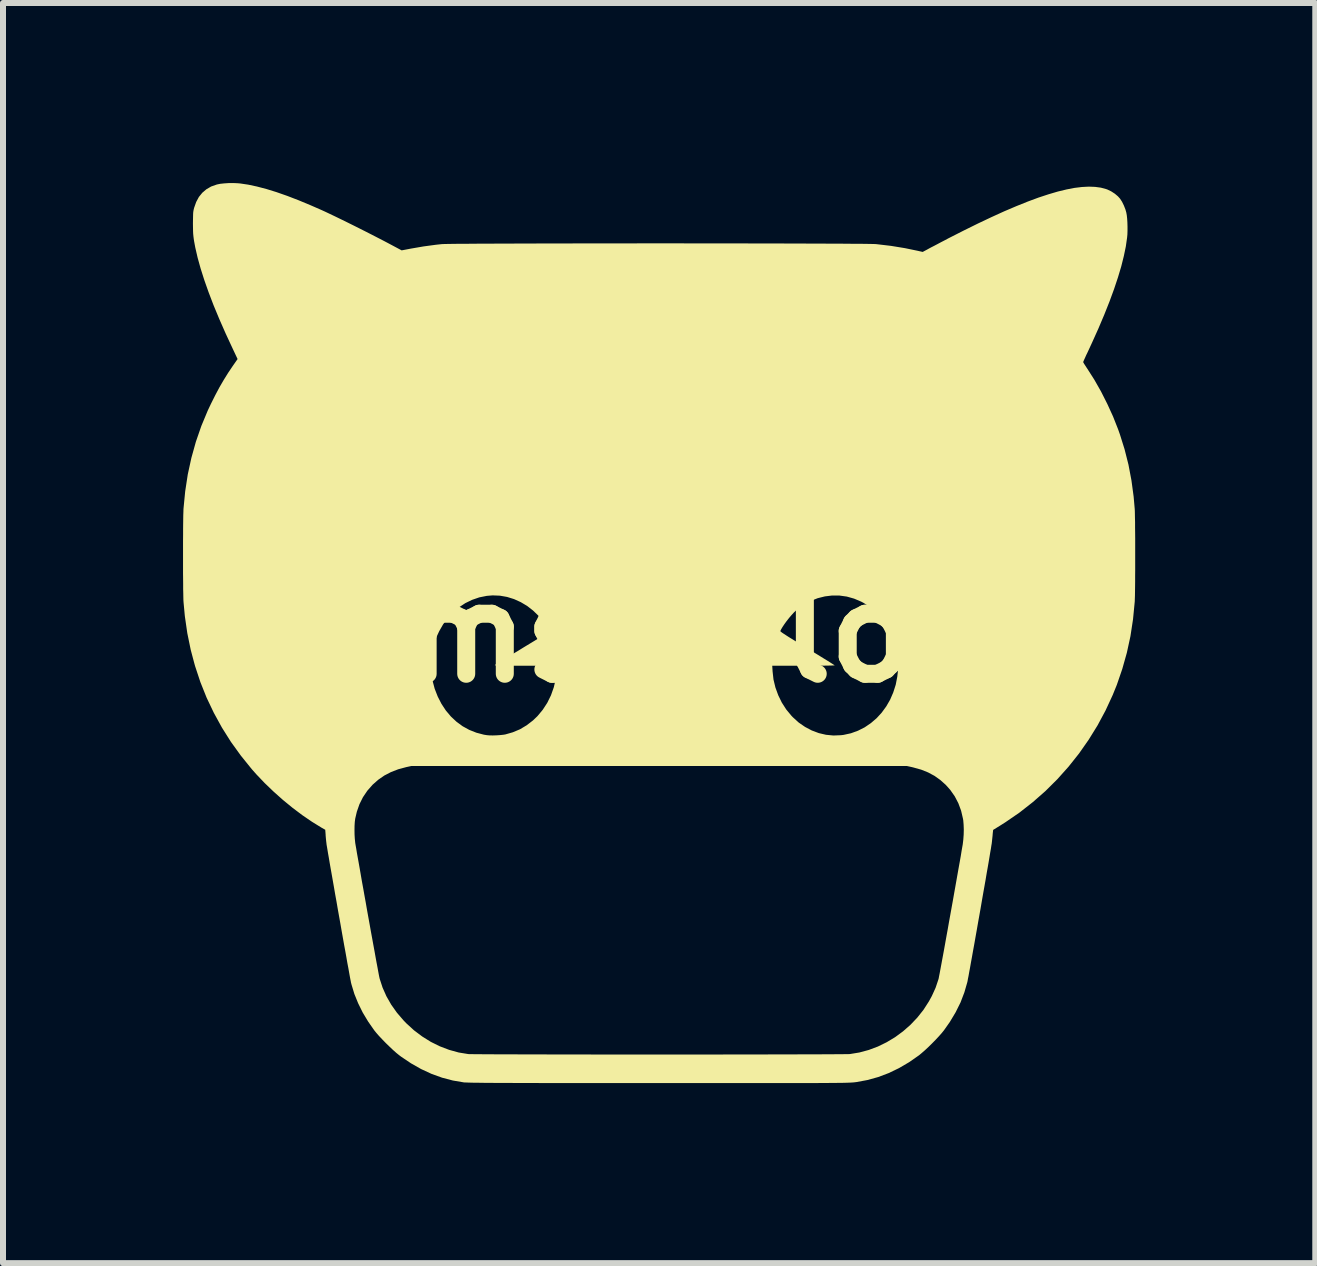
<source format=kicad_pcb>
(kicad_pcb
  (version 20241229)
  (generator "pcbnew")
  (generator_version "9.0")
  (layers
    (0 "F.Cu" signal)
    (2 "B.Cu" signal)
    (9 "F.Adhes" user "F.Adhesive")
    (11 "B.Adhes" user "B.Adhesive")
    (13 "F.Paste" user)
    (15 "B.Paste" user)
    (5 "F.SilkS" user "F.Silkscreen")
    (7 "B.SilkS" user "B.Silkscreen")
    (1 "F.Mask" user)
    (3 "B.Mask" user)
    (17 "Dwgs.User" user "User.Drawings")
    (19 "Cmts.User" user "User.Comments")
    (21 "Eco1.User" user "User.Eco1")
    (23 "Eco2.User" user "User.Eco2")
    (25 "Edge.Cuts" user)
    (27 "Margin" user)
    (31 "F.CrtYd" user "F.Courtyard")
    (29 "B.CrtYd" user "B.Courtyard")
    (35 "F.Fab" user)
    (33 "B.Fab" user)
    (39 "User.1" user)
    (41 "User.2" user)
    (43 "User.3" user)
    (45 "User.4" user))
  (footprint "ahmsx-logo"
    (layer "F.Cu")
    (at 7.933 7.499)
    (property "Reference" "ahmsx-logo" (at 0 0 0) (layer "F.SilkS") (effects (font (size 1.5 1.5) (thickness 0.3))))
    (attr board_only exclude_from_pos_files exclude_from_bom)
    (fp_poly (pts (xy -7.03 -7.496) (xy -6.981 -7.492) (xy -6.847 -7.472) (xy -6.702 -7.441) (xy -6.545 -7.4) (xy -6.377 -7.348) (xy -6.197 -7.285) (xy -6.005 -7.211) (xy -5.801 -7.126) (xy -5.634 -7.053) (xy -5.57 -7.024) (xy -5.494 -6.988) (xy -5.406 -6.946) (xy -5.311 -6.9) (xy -5.209 -6.85) (xy -5.104 -6.798) (xy -4.996 -6.744) (xy -4.889 -6.69) (xy -4.785 -6.637) (xy -4.686 -6.586) (xy -4.593 -6.538) (xy -4.515 -6.497) (xy -4.29 -6.377) (xy -4.133 -6.407) (xy -3.924 -6.443) (xy -3.716 -6.471) (xy -3.622 -6.481) (xy -3.604 -6.482) (xy -3.569 -6.483) (xy -3.518 -6.484) (xy -3.453 -6.485) (xy -3.373 -6.486) (xy -3.28 -6.487) (xy -3.173 -6.487) (xy -3.055 -6.488) (xy -2.926 -6.489) (xy -2.785 -6.489) (xy -2.635 -6.49) (xy -2.475 -6.49) (xy -2.307 -6.491) (xy -2.131 -6.491) (xy -1.947 -6.492) (xy -1.757 -6.492) (xy -1.561 -6.492) (xy -1.36 -6.493) (xy -1.155 -6.493) (xy -0.946 -6.493) (xy -0.733 -6.493) (xy -0.519 -6.493) (xy -0.303 -6.494) (xy -0.085 -6.494) (xy 0.132 -6.494) (xy 0.349 -6.494) (xy 0.565 -6.493) (xy 0.779 -6.493) (xy 0.991 -6.493) (xy 1.199 -6.493) (xy 1.404 -6.493) (xy 1.604 -6.492) (xy 1.798 -6.492) (xy 1.987 -6.492) (xy 2.169 -6.491) (xy 2.343 -6.491) (xy 2.509 -6.49) (xy 2.667 -6.49) (xy 2.815 -6.489) (xy 2.953 -6.489) (xy 3.08 -6.488) (xy 3.195 -6.487) (xy 3.298 -6.486) (xy 3.388 -6.486) (xy 3.465 -6.485) (xy 3.527 -6.484) (xy 3.574 -6.483) (xy 3.605 -6.482) (xy 3.618 -6.481) (xy 3.864 -6.452) (xy 4.096 -6.414) (xy 4.299 -6.372) (xy 4.392 -6.351) (xy 4.469 -6.392) (xy 4.494 -6.406) (xy 4.533 -6.427) (xy 4.582 -6.452) (xy 4.639 -6.482) (xy 4.701 -6.515) (xy 4.767 -6.549) (xy 4.821 -6.578) (xy 5.073 -6.706) (xy 5.312 -6.824) (xy 5.538 -6.931) (xy 5.751 -7.028) (xy 5.953 -7.114) (xy 6.142 -7.19) (xy 6.32 -7.256) (xy 6.487 -7.311) (xy 6.643 -7.357) (xy 6.788 -7.392) (xy 6.922 -7.418) (xy 7.046 -7.433) (xy 7.161 -7.439) (xy 7.265 -7.435) (xy 7.361 -7.422) (xy 7.447 -7.399) (xy 7.472 -7.39) (xy 7.534 -7.36) (xy 7.594 -7.321) (xy 7.646 -7.277) (xy 7.681 -7.238) (xy 7.714 -7.187) (xy 7.744 -7.126) (xy 7.77 -7.06) (xy 7.785 -7.007) (xy 7.793 -6.963) (xy 7.799 -6.907) (xy 7.803 -6.842) (xy 7.805 -6.773) (xy 7.805 -6.705) (xy 7.803 -6.641) (xy 7.798 -6.589) (xy 7.777 -6.442) (xy 7.744 -6.283) (xy 7.701 -6.111) (xy 7.646 -5.927) (xy 7.581 -5.732) (xy 7.505 -5.525) (xy 7.418 -5.306) (xy 7.321 -5.077) (xy 7.213 -4.837) (xy 7.14 -4.679) (xy 7.117 -4.632) (xy 7.098 -4.589) (xy 7.082 -4.554) (xy 7.071 -4.529) (xy 7.067 -4.517) (xy 7.066 -4.516) (xy 7.071 -4.506) (xy 7.083 -4.485) (xy 7.102 -4.456) (xy 7.125 -4.42) (xy 7.134 -4.407) (xy 7.252 -4.222) (xy 7.364 -4.025) (xy 7.468 -3.819) (xy 7.564 -3.609) (xy 7.647 -3.399) (xy 7.678 -3.312) (xy 7.756 -3.063) (xy 7.821 -2.806) (xy 7.871 -2.542) (xy 7.907 -2.275) (xy 7.925 -2.071) (xy 7.927 -2.037) (xy 7.928 -1.988) (xy 7.929 -1.925) (xy 7.931 -1.851) (xy 7.931 -1.767) (xy 7.932 -1.675) (xy 7.933 -1.576) (xy 7.933 -1.473) (xy 7.933 -1.367) (xy 7.933 -1.26) (xy 7.933 -1.153) (xy 7.933 -1.049) (xy 7.932 -0.948) (xy 7.932 -0.854) (xy 7.931 -0.767) (xy 7.93 -0.689) (xy 7.929 -0.623) (xy 7.927 -0.569) (xy 7.926 -0.53) (xy 7.925 -0.519) (xy 7.897 -0.23) (xy 7.854 0.052) (xy 7.794 0.328) (xy 7.718 0.598) (xy 7.627 0.863) (xy 7.558 1.033) (xy 7.439 1.29) (xy 7.306 1.538) (xy 7.158 1.777) (xy 6.997 2.007) (xy 6.823 2.226) (xy 6.636 2.435) (xy 6.437 2.633) (xy 6.226 2.818) (xy 6.004 2.992) (xy 5.771 3.152) (xy 5.686 3.206) (xy 5.566 3.28) (xy 5.559 3.343) (xy 5.556 3.381) (xy 5.551 3.427) (xy 5.546 3.475) (xy 5.544 3.491) (xy 5.542 3.509) (xy 5.536 3.543) (xy 5.529 3.591) (xy 5.518 3.653) (xy 5.506 3.726) (xy 5.492 3.81) (xy 5.476 3.903) (xy 5.458 4.004) (xy 5.44 4.112) (xy 5.42 4.225) (xy 5.399 4.343) (xy 5.378 4.464) (xy 5.357 4.587) (xy 5.335 4.711) (xy 5.313 4.834) (xy 5.292 4.955) (xy 5.271 5.073) (xy 5.251 5.187) (xy 5.231 5.296) (xy 5.213 5.398) (xy 5.196 5.491) (xy 5.181 5.576) (xy 5.167 5.65) (xy 5.156 5.713) (xy 5.146 5.762) (xy 5.14 5.797) (xy 5.136 5.816) (xy 5.087 5.986) (xy 5.023 6.154) (xy 4.941 6.319) (xy 4.844 6.481) (xy 4.746 6.62) (xy 4.709 6.666) (xy 4.661 6.72) (xy 4.606 6.779) (xy 4.547 6.839) (xy 4.487 6.898) (xy 4.429 6.952) (xy 4.375 6.999) (xy 4.333 7.034) (xy 4.167 7.15) (xy 3.998 7.249) (xy 3.826 7.332) (xy 3.651 7.398) (xy 3.471 7.448) (xy 3.287 7.482) (xy 3.244 7.487) (xy 3.232 7.488) (xy 3.218 7.489) (xy 3.201 7.49) (xy 3.18 7.491) (xy 3.155 7.492) (xy 3.125 7.493) (xy 3.09 7.494) (xy 3.049 7.495) (xy 3.002 7.495) (xy 2.947 7.496) (xy 2.886 7.496) (xy 2.817 7.497) (xy 2.739 7.497) (xy 2.652 7.498) (xy 2.556 7.498) (xy 2.45 7.498) (xy 2.334 7.499) (xy 2.207 7.499) (xy 2.068 7.499) (xy 1.917 7.499) (xy 1.754 7.499) (xy 1.578 7.499) (xy 1.388 7.499) (xy 1.185 7.499) (xy 0.967 7.499) (xy 0.733 7.499) (xy 0.485 7.499) (xy 0.22 7.499) (xy -0.013 7.499) (xy -0.295 7.499) (xy -0.561 7.499) (xy -0.811 7.499) (xy -1.046 7.499) (xy -1.265 7.499) (xy -1.47 7.498) (xy -1.661 7.498) (xy -1.838 7.498) (xy -2.002 7.498) (xy -2.153 7.497) (xy -2.292 7.497) (xy -2.42 7.497) (xy -2.536 7.496) (xy -2.641 7.496) (xy -2.737 7.496) (xy -2.822 7.495) (xy -2.898 7.495) (xy -2.966 7.494) (xy -3.025 7.493) (xy -3.076 7.493) (xy -3.12 7.492) (xy -3.157 7.491) (xy -3.188 7.49) (xy -3.213 7.489) (xy -3.232 7.489) (xy -3.246 7.488) (xy -3.255 7.487) (xy -3.437 7.456) (xy -3.616 7.409) (xy -3.793 7.345) (xy -3.966 7.265) (xy -4.135 7.169) (xy -4.3 7.058) (xy -4.333 7.033) (xy -4.38 6.995) (xy -4.434 6.947) (xy -4.493 6.891) (xy -4.554 6.832) (xy -4.613 6.771) (xy -4.668 6.713) (xy -4.715 6.659) (xy -4.748 6.618) (xy -4.849 6.473) (xy -4.939 6.323) (xy -5.015 6.169) (xy -5.078 6.014) (xy -5.125 5.859) (xy -5.135 5.821) (xy -5.138 5.802) (xy -5.145 5.768) (xy -5.154 5.72) (xy -5.165 5.659) (xy -5.178 5.585) (xy -5.194 5.502) (xy -5.21 5.409) (xy -5.228 5.308) (xy -5.248 5.2) (xy -5.268 5.087) (xy -5.289 4.969) (xy -5.31 4.848) (xy -5.332 4.725) (xy -5.354 4.602) (xy -5.375 4.479) (xy -5.397 4.358) (xy -5.417 4.241) (xy -5.437 4.127) (xy -5.456 4.019) (xy -5.474 3.918) (xy -5.49 3.826) (xy -5.504 3.742) (xy -5.517 3.669) (xy -5.527 3.608) (xy -5.535 3.56) (xy -5.541 3.526) (xy -5.543 3.508) (xy -5.548 3.466) (xy -5.553 3.417) (xy -5.557 3.369) (xy -5.557 3.359) (xy -5.563 3.283) (xy -5.076 3.283) (xy -5.075 3.356) (xy -5.071 3.425) (xy -5.065 3.484) (xy -5.064 3.495) (xy -5.057 3.537) (xy -5.047 3.593) (xy -5.036 3.661) (xy -5.022 3.739) (xy -5.006 3.828) (xy -4.989 3.924) (xy -4.971 4.028) (xy -4.952 4.139) (xy -4.931 4.253) (xy -4.91 4.372) (xy -4.888 4.493) (xy -4.867 4.615) (xy -4.845 4.737) (xy -4.823 4.858) (xy -4.802 4.976) (xy -4.781 5.09) (xy -4.761 5.2) (xy -4.742 5.303) (xy -4.725 5.399) (xy -4.709 5.487) (xy -4.694 5.565) (xy -4.682 5.631) (xy -4.672 5.685) (xy -4.664 5.726) (xy -4.658 5.753) (xy -4.656 5.761) (xy -4.608 5.908) (xy -4.544 6.052) (xy -4.464 6.192) (xy -4.369 6.326) (xy -4.259 6.454) (xy -4.214 6.501) (xy -4.085 6.619) (xy -3.948 6.722) (xy -3.804 6.812) (xy -3.654 6.886) (xy -3.499 6.945) (xy -3.34 6.989) (xy -3.182 7.015) (xy -3.168 7.016) (xy -3.137 7.016) (xy -3.091 7.017) (xy -3.03 7.018) (xy -2.955 7.018) (xy -2.867 7.019) (xy -2.766 7.019) (xy -2.653 7.02) (xy -2.529 7.02) (xy -2.395 7.02) (xy -2.251 7.021) (xy -2.098 7.021) (xy -1.936 7.021) (xy -1.768 7.022) (xy -1.592 7.022) (xy -1.411 7.022) (xy -1.224 7.022) (xy -1.033 7.023) (xy -0.838 7.023) (xy -0.64 7.023) (xy -0.44 7.023) (xy -0.238 7.023) (xy -0.035 7.023) (xy 0.167 7.023) (xy 0.37 7.023) (xy 0.571 7.023) (xy 0.769 7.023) (xy 0.965 7.023) (xy 1.158 7.022) (xy 1.346 7.022) (xy 1.529 7.022) (xy 1.707 7.022) (xy 1.878 7.021) (xy 2.041 7.021) (xy 2.197 7.021) (xy 2.344 7.02) (xy 2.482 7.02) (xy 2.609 7.02) (xy 2.726 7.019) (xy 2.831 7.019) (xy 2.924 7.018) (xy 3.003 7.018) (xy 3.069 7.017) (xy 3.12 7.016) (xy 3.156 7.016) (xy 3.176 7.015) (xy 3.179 7.015) (xy 3.337 6.989) (xy 3.493 6.947) (xy 3.645 6.89) (xy 3.792 6.818) (xy 3.932 6.734) (xy 4.065 6.636) (xy 4.189 6.527) (xy 4.303 6.407) (xy 4.406 6.277) (xy 4.496 6.137) (xy 4.545 6.047) (xy 4.607 5.911) (xy 4.652 5.777) (xy 4.657 5.761) (xy 4.66 5.746) (xy 4.666 5.714) (xy 4.675 5.669) (xy 4.686 5.61) (xy 4.699 5.54) (xy 4.714 5.459) (xy 4.731 5.368) (xy 4.749 5.27) (xy 4.768 5.164) (xy 4.788 5.052) (xy 4.809 4.937) (xy 4.83 4.817) (xy 4.852 4.696) (xy 4.874 4.574) (xy 4.896 4.452) (xy 4.917 4.332) (xy 4.938 4.214) (xy 4.958 4.101) (xy 4.977 3.993) (xy 4.995 3.892) (xy 5.012 3.798) (xy 5.027 3.713) (xy 5.039 3.638) (xy 5.05 3.574) (xy 5.059 3.524) (xy 5.06 3.516) (xy 5.069 3.441) (xy 5.075 3.358) (xy 5.077 3.274) (xy 5.074 3.193) (xy 5.068 3.12) (xy 5.063 3.092) (xy 5.032 2.959) (xy 4.986 2.835) (xy 4.926 2.72) (xy 4.851 2.613) (xy 4.776 2.529) (xy 4.685 2.448) (xy 4.588 2.379) (xy 4.482 2.322) (xy 4.367 2.276) (xy 4.238 2.24) (xy 4.214 2.234) (xy 4.128 2.215) (xy -0.000001 2.215) (xy -4.128 2.215) (xy -4.215 2.234) (xy -4.348 2.27) (xy -4.469 2.317) (xy -4.579 2.374) (xy -4.68 2.444) (xy -4.774 2.527) (xy -4.776 2.529) (xy -4.862 2.627) (xy -4.935 2.735) (xy -4.993 2.851) (xy -5.037 2.977) (xy -5.064 3.093) (xy -5.071 3.146) (xy -5.075 3.211) (xy -5.076 3.283) (xy -5.563 3.283) (xy -5.563 3.278) (xy -5.628 3.241) (xy -5.785 3.144) (xy -5.946 3.034) (xy -6.108 2.912) (xy -6.268 2.781) (xy -6.424 2.642) (xy -6.573 2.499) (xy -6.713 2.352) (xy -6.789 2.266) (xy -6.969 2.043) (xy -7.135 1.813) (xy -7.285 1.575) (xy -7.42 1.329) (xy -7.54 1.077) (xy -7.644 0.817) (xy -7.732 0.551) (xy -7.743 0.512) (xy -3.797 0.512) (xy -3.796 0.595) (xy -3.792 0.674) (xy -3.784 0.746) (xy -3.777 0.787) (xy -3.74 0.927) (xy -3.689 1.058) (xy -3.627 1.179) (xy -3.554 1.29) (xy -3.47 1.39) (xy -3.377 1.477) (xy -3.275 1.552) (xy -3.164 1.613) (xy -3.046 1.66) (xy -2.921 1.693) (xy -2.872 1.701) (xy -2.827 1.705) (xy -2.771 1.706) (xy -2.709 1.704) (xy -2.648 1.7) (xy -2.593 1.694) (xy -2.562 1.689) (xy -2.437 1.653) (xy -2.318 1.603) (xy -2.206 1.536) (xy -2.101 1.455) (xy -2.027 1.384) (xy -1.939 1.278) (xy -1.864 1.163) (xy -1.802 1.037) (xy -1.755 0.904) (xy -1.722 0.763) (xy -1.704 0.622) (xy -1.698 0.544) (xy 1.885 0.544) (xy 1.891 0.64) (xy 1.906 0.775) (xy 1.938 0.907) (xy 1.985 1.036) (xy 2.045 1.159) (xy 2.119 1.274) (xy 2.205 1.378) (xy 2.228 1.402) (xy 2.326 1.491) (xy 2.432 1.564) (xy 2.544 1.623) (xy 2.661 1.667) (xy 2.781 1.695) (xy 2.904 1.707) (xy 3.029 1.702) (xy 3.072 1.697) (xy 3.196 1.67) (xy 3.314 1.627) (xy 3.425 1.571) (xy 3.528 1.501) (xy 3.624 1.419) (xy 3.709 1.326) (xy 3.785 1.222) (xy 3.85 1.109) (xy 3.902 0.988) (xy 3.943 0.86) (xy 3.969 0.725) (xy 3.979 0.636) (xy 3.981 0.494) (xy 3.969 0.355) (xy 3.942 0.221) (xy 3.902 0.091) (xy 3.849 -0.031) (xy 3.783 -0.146) (xy 3.706 -0.251) (xy 3.618 -0.347) (xy 3.519 -0.43) (xy 3.41 -0.501) (xy 3.367 -0.524) (xy 3.249 -0.574) (xy 3.128 -0.608) (xy 3.006 -0.625) (xy 2.884 -0.626) (xy 2.762 -0.611) (xy 2.642 -0.581) (xy 2.525 -0.534) (xy 2.412 -0.472) (xy 2.304 -0.395) (xy 2.28 -0.375) (xy 2.245 -0.342) (xy 2.206 -0.299) (xy 2.165 -0.251) (xy 2.125 -0.2) (xy 2.088 -0.149) (xy 2.056 -0.101) (xy 2.032 -0.06) (xy 2.02 -0.034) (xy 2.022 -0.029) (xy 2.032 -0.02) (xy 2.05 -0.006) (xy 2.077 0.012) (xy 2.114 0.036) (xy 2.162 0.067) (xy 2.221 0.103) (xy 2.292 0.147) (xy 2.376 0.199) (xy 2.47 0.256) (xy 2.55 0.304) (xy 2.625 0.35) (xy 2.695 0.393) (xy 2.758 0.432) (xy 2.812 0.465) (xy 2.858 0.494) (xy 2.892 0.516) (xy 2.915 0.531) (xy 2.925 0.537) (xy 2.925 0.538) (xy 2.917 0.539) (xy 2.893 0.54) (xy 2.855 0.541) (xy 2.805 0.542) (xy 2.743 0.543) (xy 2.671 0.543) (xy 2.592 0.544) (xy 2.505 0.544) (xy 2.413 0.544) (xy 2.405 0.544) (xy 1.885 0.544) (xy -1.698 0.544) (xy -2.225 0.544) (xy -2.333 0.544) (xy -2.425 0.544) (xy -2.502 0.543) (xy -2.567 0.543) (xy -2.618 0.542) (xy -2.659 0.542) (xy -2.69 0.541) (xy -2.712 0.539) (xy -2.726 0.538) (xy -2.734 0.536) (xy -2.736 0.534) (xy -2.735 0.531) (xy -2.734 0.531) (xy -2.724 0.524) (xy -2.7 0.51) (xy -2.665 0.488) (xy -2.619 0.459) (xy -2.564 0.426) (xy -2.501 0.387) (xy -2.431 0.344) (xy -2.355 0.299) (xy -2.276 0.25) (xy -2.273 0.248) (xy -1.829 -0.021) (xy -1.859 -0.076) (xy -1.929 -0.187) (xy -2.009 -0.287) (xy -2.1 -0.375) (xy -2.199 -0.452) (xy -2.305 -0.515) (xy -2.417 -0.566) (xy -2.533 -0.602) (xy -2.652 -0.623) (xy -2.774 -0.628) (xy -2.871 -0.62) (xy -2.996 -0.595) (xy -3.115 -0.554) (xy -3.229 -0.499) (xy -3.335 -0.429) (xy -3.434 -0.346) (xy -3.522 -0.251) (xy -3.6 -0.144) (xy -3.665 -0.03) (xy -3.703 0.052) (xy -3.733 0.129) (xy -3.757 0.208) (xy -3.777 0.293) (xy -3.787 0.356) (xy -3.794 0.43) (xy -3.797 0.512) (xy -7.743 0.512) (xy -7.805 0.279) (xy -7.862 0.001) (xy -7.903 -0.283) (xy -7.925 -0.519) (xy -7.927 -0.552) (xy -7.928 -0.6) (xy -7.929 -0.661) (xy -7.931 -0.735) (xy -7.931 -0.818) (xy -7.932 -0.91) (xy -7.933 -1.008) (xy -7.933 -1.111) (xy -7.933 -1.217) (xy -7.933 -1.324) (xy -7.933 -1.431) (xy -7.933 -1.536) (xy -7.932 -1.637) (xy -7.932 -1.732) (xy -7.931 -1.819) (xy -7.93 -1.898) (xy -7.929 -1.965) (xy -7.927 -2.02) (xy -7.926 -2.061) (xy -7.925 -2.075) (xy -7.897 -2.362) (xy -7.854 -2.644) (xy -7.794 -2.919) (xy -7.719 -3.188) (xy -7.628 -3.451) (xy -7.521 -3.708) (xy -7.469 -3.818) (xy -7.397 -3.962) (xy -7.327 -4.094) (xy -7.256 -4.216) (xy -7.183 -4.334) (xy -7.105 -4.45) (xy -7.091 -4.47) (xy -7.024 -4.566) (xy -7.105 -4.738) (xy -7.223 -4.992) (xy -7.329 -5.233) (xy -7.424 -5.462) (xy -7.507 -5.679) (xy -7.579 -5.883) (xy -7.64 -6.075) (xy -7.69 -6.255) (xy -7.729 -6.424) (xy -7.748 -6.526) (xy -7.755 -6.571) (xy -7.76 -6.612) (xy -7.764 -6.653) (xy -7.766 -6.697) (xy -7.767 -6.75) (xy -7.768 -6.814) (xy -7.768 -6.833) (xy -7.767 -6.896) (xy -7.766 -6.946) (xy -7.765 -6.984) (xy -7.763 -7.015) (xy -7.759 -7.04) (xy -7.754 -7.064) (xy -7.748 -7.087) (xy -7.714 -7.183) (xy -7.669 -7.267) (xy -7.612 -7.337) (xy -7.544 -7.395) (xy -7.465 -7.441) (xy -7.374 -7.473) (xy -7.367 -7.475) (xy -7.314 -7.486) (xy -7.249 -7.493) (xy -7.176 -7.498) (xy -7.102 -7.499)) (stroke (width 0) (type solid)) (fill yes) (layer "F.SilkS")))
  (gr_rect
    (start -3 -3)
    (end 18.867 17.998)
    (stroke (width 0.1) (type default))
    (fill no)
    (layer "Edge.Cuts")))
</source>
